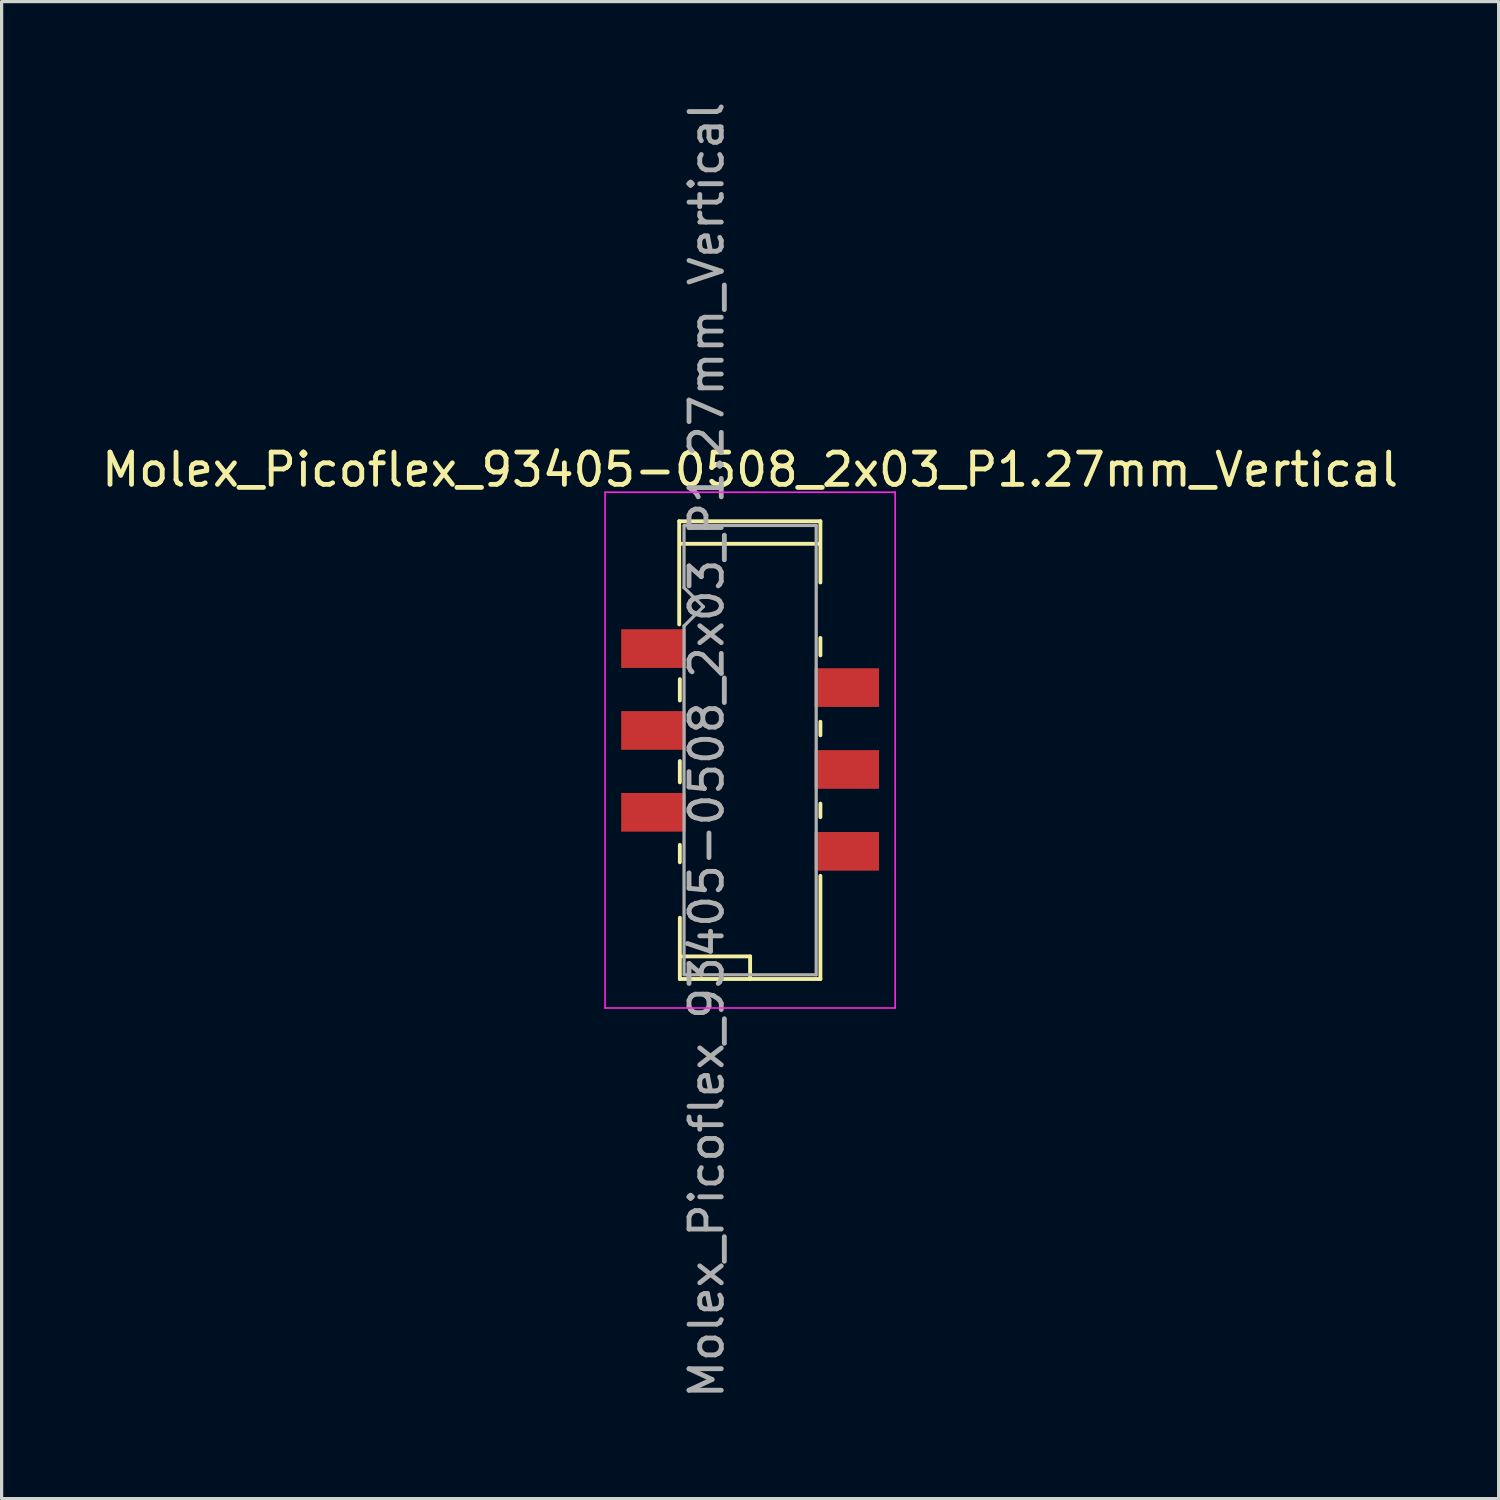
<source format=kicad_pcb>
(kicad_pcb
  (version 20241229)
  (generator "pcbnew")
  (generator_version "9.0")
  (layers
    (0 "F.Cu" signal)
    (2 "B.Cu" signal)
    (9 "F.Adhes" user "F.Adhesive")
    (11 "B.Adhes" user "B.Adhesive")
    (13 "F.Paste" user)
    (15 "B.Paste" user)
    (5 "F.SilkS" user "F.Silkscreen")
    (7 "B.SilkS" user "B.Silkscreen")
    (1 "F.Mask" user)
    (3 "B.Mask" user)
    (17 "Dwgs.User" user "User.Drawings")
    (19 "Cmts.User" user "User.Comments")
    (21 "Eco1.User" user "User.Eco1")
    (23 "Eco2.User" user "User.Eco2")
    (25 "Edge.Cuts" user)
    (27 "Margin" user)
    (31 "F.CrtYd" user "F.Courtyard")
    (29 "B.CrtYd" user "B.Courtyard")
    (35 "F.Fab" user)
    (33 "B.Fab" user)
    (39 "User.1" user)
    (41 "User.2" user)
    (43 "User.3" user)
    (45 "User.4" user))
  (footprint "Molex_Picoflex_93405-0508_2x03_P1.27mm_Vertical"
    (layer "F.Cu")
    (at 20.22 20.22)
    (property "Reference" "Molex_Picoflex_93405-0508_2x03_P1.27mm_Vertical" (at 0 -8.7 0) (layer "F.SilkS") (effects (font (size 1 1) (thickness 0.15))))
    (attr smd)
    (fp_line (start -2.2 -7.1) (end -2.2 -3.9) (stroke (width 0.12) (type solid)) (layer "F.SilkS"))
    (fp_line (start -2.18 -1.54) (end -2.18 -2.2) (stroke (width 0.12) (type solid)) (layer "F.SilkS"))
    (fp_line (start -2.18 1) (end -2.18 0.34) (stroke (width 0.12) (type solid)) (layer "F.SilkS"))
    (fp_line (start -2.18 3.48) (end -2.18 2.94) (stroke (width 0.12) (type solid)) (layer "F.SilkS"))
    (fp_line (start -2.18 7.1) (end -2.18 5.2) (stroke (width 0.12) (type solid)) (layer "F.SilkS"))
    (fp_line (start -2.15 -6.4) (end 2.15 -6.4) (stroke (width 0.12) (type solid)) (layer "F.SilkS"))
    (fp_line (start 0 6.4) (end -2.1 6.4) (stroke (width 0.12) (type solid)) (layer "F.SilkS"))
    (fp_line (start 0 6.4) (end 0 7.1) (stroke (width 0.12) (type solid)) (layer "F.SilkS"))
    (fp_line (start 2.18 -7.1) (end -2.2 -7.1) (stroke (width 0.12) (type solid)) (layer "F.SilkS"))
    (fp_line (start 2.18 -7.1) (end 2.18 -5.2) (stroke (width 0.12) (type solid)) (layer "F.SilkS"))
    (fp_line (start 2.18 -3.48) (end 2.18 -2.94) (stroke (width 0.12) (type solid)) (layer "F.SilkS"))
    (fp_line (start 2.18 -0.88) (end 2.18 -0.46) (stroke (width 0.12) (type solid)) (layer "F.SilkS"))
    (fp_line (start 2.18 1.66) (end 2.18 2.08) (stroke (width 0.12) (type solid)) (layer "F.SilkS"))
    (fp_line (start 2.18 3.9) (end 2.18 7.1) (stroke (width 0.12) (type solid)) (layer "F.SilkS"))
    (fp_line (start 2.18 7.1) (end -2.18 7.1) (stroke (width 0.12) (type solid)) (layer "F.SilkS"))
    (fp_line (start -4.5 -8) (end -4.5 8) (stroke (width 0.05) (type solid)) (layer "F.CrtYd"))
    (fp_line (start -4.5 8) (end 4.5 8) (stroke (width 0.05) (type solid)) (layer "F.CrtYd"))
    (fp_line (start 4.5 -8) (end -4.5 -8) (stroke (width 0.05) (type solid)) (layer "F.CrtYd"))
    (fp_line (start 4.5 8) (end 4.5 -8) (stroke (width 0.05) (type solid)) (layer "F.CrtYd"))
    (fp_line (start -2.05 -5.04) (end -2.05 -6.95) (stroke (width 0.1) (type solid)) (layer "F.Fab"))
    (fp_line (start -2.05 -3.85) (end -1.45 -4.45) (stroke (width 0.1) (type solid)) (layer "F.Fab"))
    (fp_line (start -2.05 6.95) (end -2.05 -3.85) (stroke (width 0.1) (type solid)) (layer "F.Fab"))
    (fp_line (start -1.45 -4.45) (end -2.05 -5.04) (stroke (width 0.1) (type solid)) (layer "F.Fab"))
    (fp_line (start 2.05 -6.97) (end -2.05 -6.97) (stroke (width 0.1) (type solid)) (layer "F.Fab"))
    (fp_line (start 2.05 -6.97) (end 2.05 6.97) (stroke (width 0.1) (type solid)) (layer "F.Fab"))
    (fp_line (start 2.05 6.97) (end -2.05 6.97) (stroke (width 0.1) (type solid)) (layer "F.Fab"))
    (fp_text user "${REFERENCE}" (at -1.35 0 90) (layer "F.Fab") (effects (font (size 1 1) (thickness 0.15))))
    (pad "1" smd rect (at -3 -3.15) (size 2 1.2) (layers "F.Cu" "F.Mask" "F.Paste"))
    (pad "2" smd rect (at 3 -1.94) (size 2 1.2) (layers "F.Cu" "F.Mask" "F.Paste"))
    (pad "3" smd rect (at -3 -0.61) (size 2 1.2) (layers "F.Cu" "F.Mask" "F.Paste"))
    (pad "4" smd rect (at 3 0.6) (size 2 1.2) (layers "F.Cu" "F.Mask" "F.Paste"))
    (pad "5" smd rect (at -3 1.93) (size 2 1.2) (layers "F.Cu" "F.Mask" "F.Paste"))
    (pad "6" smd rect (at 3 3.14) (size 2 1.2) (layers "F.Cu" "F.Mask" "F.Paste")))
  (gr_rect
    (start -3 -3)
    (end 43.44 43.44)
    (stroke (width 0.1) (type default))
    (fill no)
    (layer "Edge.Cuts")))
</source>
